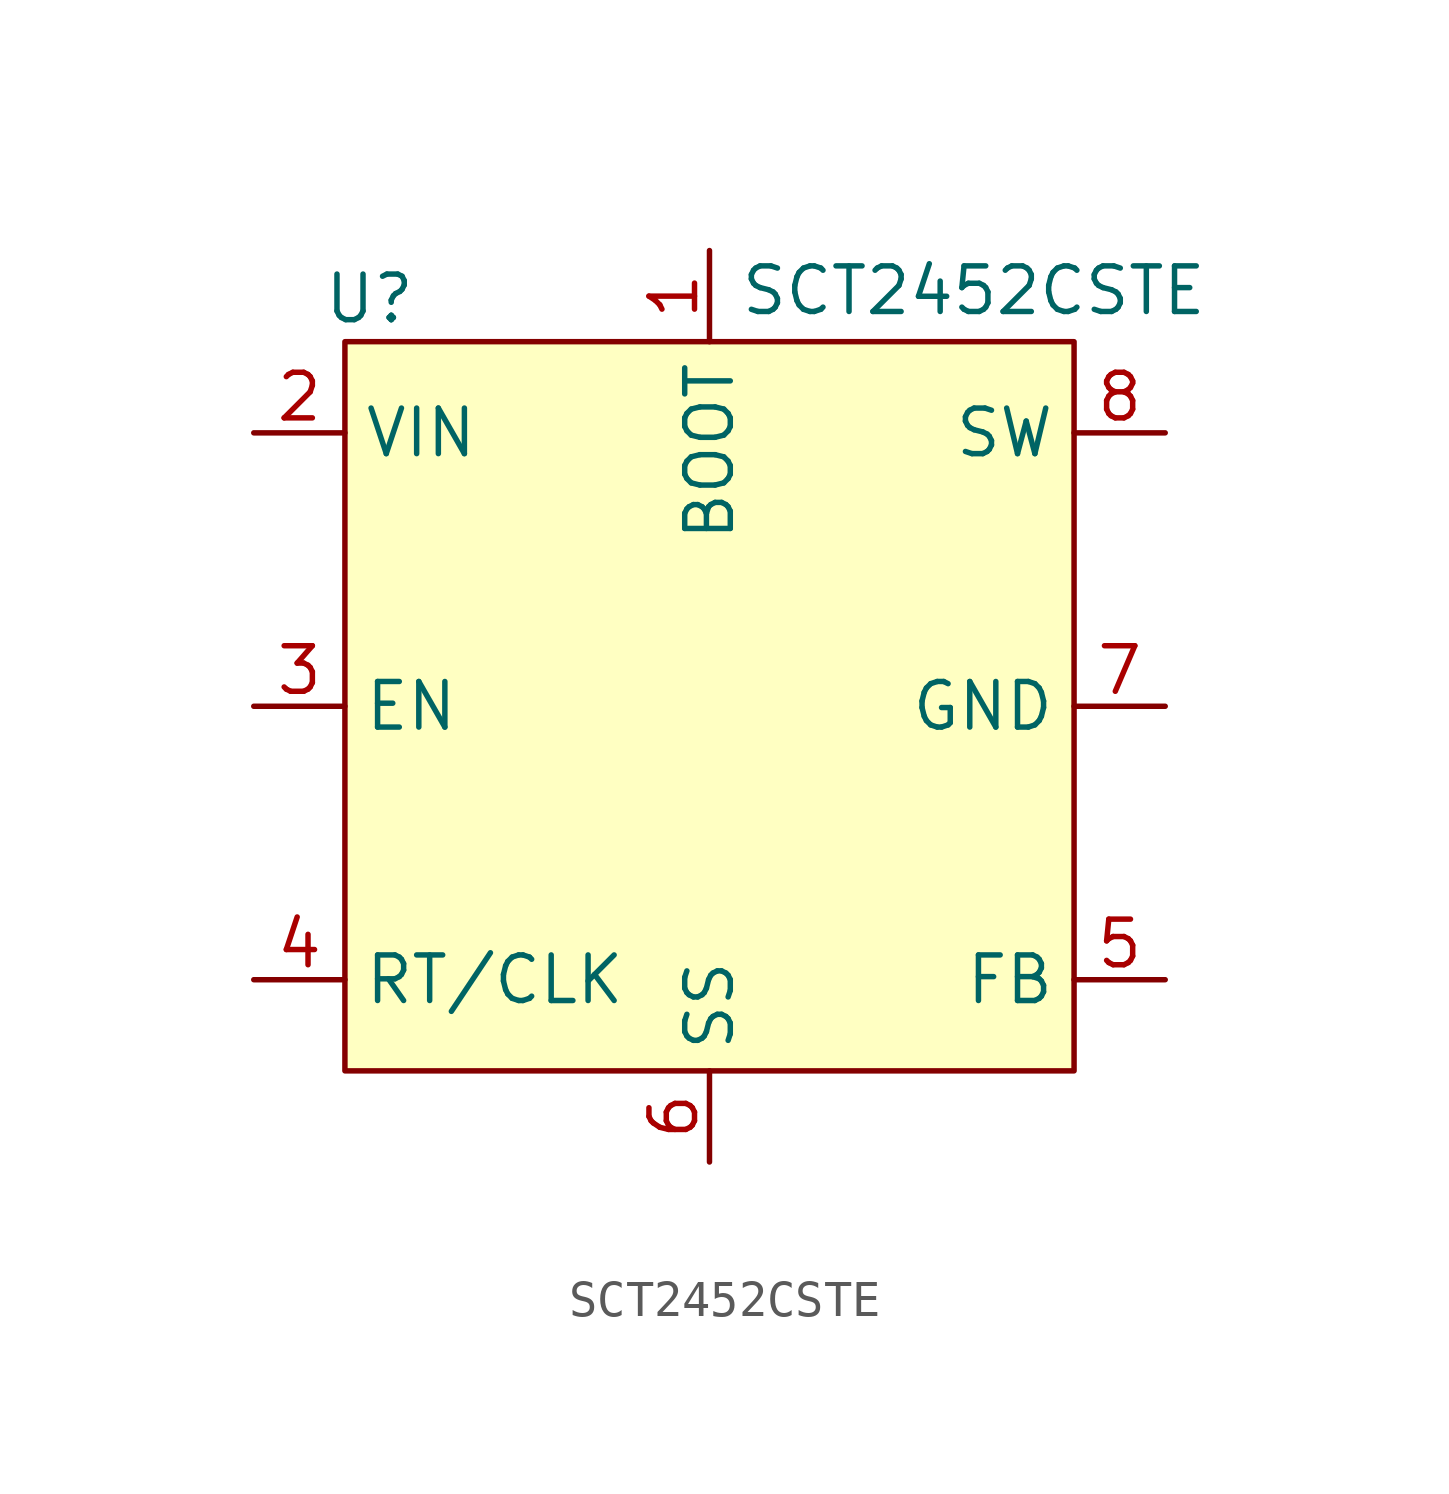
<source format=kicad_sym>
(kicad_symbol_lib
  (version 20220914)
  (generator kicad_symbol_editor)
  (symbol "SCT2452CSTE"
    (property "Reference" "U"
      (at 3.226 3.734 0)
      (effects (font (size 1.27 1.27))))
    (property "Value" "SCT2452CSTE"
      (at 20.066 3.962 0)
      (effects (font (size 1.27 1.27))))
    (symbol "SCT2452CSTE_0_0"
      (pin unspecified line (at 12.7 5.08 270) (length 2.54) (name "BOOT" (effects (font (size 1.27 1.27)))) (number "1" (effects (font (size 1.27 1.27)))))
      (pin unspecified line (at 0 0 0) (length 2.54) (name "VIN" (effects (font (size 1.27 1.27)))) (number "2" (effects (font (size 1.27 1.27)))))
      (pin unspecified line (at 0 -7.62 0) (length 2.54) (name "EN" (effects (font (size 1.27 1.27)))) (number "3" (effects (font (size 1.27 1.27)))))
      (pin unspecified line (at 0 -15.24 0) (length 2.54) (name "RT/CLK" (effects (font (size 1.27 1.27)))) (number "4" (effects (font (size 1.27 1.27)))))
      (pin unspecified line (at 25.4 -15.24 180) (length 2.54) (name "FB" (effects (font (size 1.27 1.27)))) (number "5" (effects (font (size 1.27 1.27)))))
      (pin unspecified line (at 12.7 -20.32 90) (length 2.54) (name "SS" (effects (font (size 1.27 1.27)))) (number "6" (effects (font (size 1.27 1.27)))))
      (pin unspecified line (at 25.4 -7.62 180) (length 2.54) (name "GND" (effects (font (size 1.27 1.27)))) (number "7" (effects (font (size 1.27 1.27)))))
      (pin unspecified line (at 25.4 0 180) (length 2.54) (name "SW" (effects (font (size 1.27 1.27)))) (number "8" (effects (font (size 1.27 1.27))))))
    (symbol "SCT2452CSTE_0_1"
      (rectangle (start 2.54 2.54) (end 22.86 -17.78) (stroke (width 0) (type default)) (fill (type background))))))
</source>
